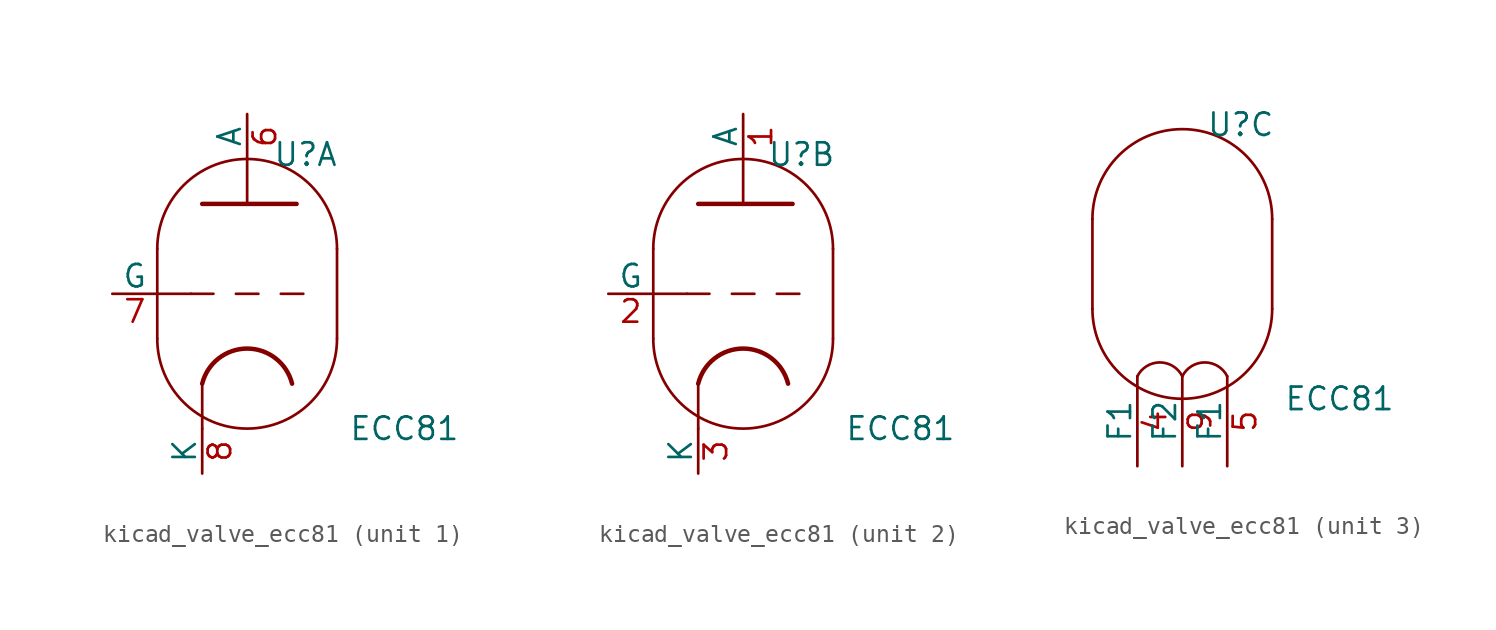
<source format=kicad_sym>
(kicad_symbol_lib
  (version 20220914)
  (generator kicad_symbol_editor)
  (symbol "kicad_valve_ecc81"
    (pin_names
      (offset 0))
    (property "Reference" "U"
      (at 3.302 7.874 0)
      (effects (font (size 1.27 1.27))))
    (property "Value" "ECC81"
      (at 8.89 -7.62 0)
      (effects (font (size 1.27 1.27))))
    (property "ki_locked" ""
      (at 0 0 0)
      (effects (font (size 1.27 1.27))))
    (symbol "kicad_valve_ecc81_0_1"
      (arc (start -5.08 -2.54) (mid 0 -7.5979) (end 5.08 -2.54) (stroke (width 0) (type default)) (fill (type none)))
      (polyline (pts (xy 5.08 2.54) (xy 5.08 -2.54)) (stroke (width 0) (type default)) (fill (type none)))
      (polyline (pts (xy -5.08 2.54) (xy -5.08 -2.54) (xy -5.08 -2.54)) (stroke (width 0) (type default)) (fill (type none)))
      (arc (start 5.08 2.54) (mid 0 7.5979) (end -5.08 2.54) (stroke (width 0) (type default)) (fill (type none))))
    (symbol "kicad_valve_ecc81_1_0"
      (polyline (pts (xy -2.54 -5.08) (xy -2.54 -7.62)) (stroke (width 0) (type default)) (fill (type none)))
      (polyline (pts (xy 0 5.08) (xy 0 7.62)) (stroke (width 0) (type default)) (fill (type none))))
    (symbol "kicad_valve_ecc81_1_1"
      (polyline (pts (xy -5.08 0) (xy -3.175 0)) (stroke (width 0) (type default)) (fill (type none)))
      (polyline (pts (xy -1.905 0) (xy -3.175 0)) (stroke (width 0.152) (type default)) (fill (type none)))
      (polyline (pts (xy -0.635 0) (xy 0.635 0)) (stroke (width 0.152) (type default)) (fill (type none)))
      (polyline (pts (xy 1.905 0) (xy 3.175 0)) (stroke (width 0.152) (type default)) (fill (type none)))
      (polyline (pts (xy -2.54 5.08) (xy 2.794 5.08) (xy 2.794 5.08)) (stroke (width 0.254) (type default)) (fill (type none)))
      (arc (start 2.54 -5.08) (mid 0 -3.0968) (end -2.54 -5.08) (stroke (width 0.254) (type default)) (fill (type none)))
      (pin output line (at 0 10.16 270) (length 2.54) (name "A" (effects (font (size 1.27 1.27)))) (number "6" (effects (font (size 1.27 1.27)))))
      (pin input line (at -7.62 0 0) (length 2.54) (name "G" (effects (font (size 1.27 1.27)))) (number "7" (effects (font (size 1.27 1.27)))))
      (pin bidirectional line (at -2.54 -10.16 90) (length 2.54) (name "K" (effects (font (size 1.27 1.27)))) (number "8" (effects (font (size 1.27 1.27))))))
    (symbol "kicad_valve_ecc81_2_0"
      (polyline (pts (xy -2.54 -5.08) (xy -2.54 -7.62)) (stroke (width 0) (type default)) (fill (type none)))
      (polyline (pts (xy 0 5.08) (xy 0 7.62)) (stroke (width 0) (type default)) (fill (type none))))
    (symbol "kicad_valve_ecc81_2_1"
      (polyline (pts (xy -5.08 0) (xy -3.175 0)) (stroke (width 0) (type default)) (fill (type none)))
      (polyline (pts (xy -1.905 0) (xy -3.175 0)) (stroke (width 0.152) (type default)) (fill (type none)))
      (polyline (pts (xy -0.635 0) (xy 0.635 0)) (stroke (width 0.152) (type default)) (fill (type none)))
      (polyline (pts (xy 1.905 0) (xy 3.175 0)) (stroke (width 0.152) (type default)) (fill (type none)))
      (polyline (pts (xy -2.54 5.08) (xy 2.794 5.08) (xy 2.794 5.08)) (stroke (width 0.254) (type default)) (fill (type none)))
      (arc (start 2.54 -5.08) (mid 0 -3.0968) (end -2.54 -5.08) (stroke (width 0.254) (type default)) (fill (type none)))
      (pin output line (at 0 10.16 270) (length 2.54) (name "A" (effects (font (size 1.27 1.27)))) (number "1" (effects (font (size 1.27 1.27)))))
      (pin input line (at -7.62 0 0) (length 2.54) (name "G" (effects (font (size 1.27 1.27)))) (number "2" (effects (font (size 1.27 1.27)))))
      (pin bidirectional line (at -2.54 -10.16 90) (length 2.54) (name "K" (effects (font (size 1.27 1.27)))) (number "3" (effects (font (size 1.27 1.27))))))
    (symbol "kicad_valve_ecc81_3_1"
      (arc (start 0 -6.35) (mid -1.27 -5.5651) (end -2.54 -6.35) (stroke (width 0) (type default)) (fill (type none)))
      (arc (start 2.54 -6.35) (mid 1.27 -5.5651) (end 0 -6.35) (stroke (width 0) (type default)) (fill (type none)))
      (pin power_in line (at -2.54 -11.43 90) (length 5.08) (name "F1" (effects (font (size 1.27 1.27)))) (number "4" (effects (font (size 1.27 1.27)))))
      (pin power_in line (at 2.54 -11.43 90) (length 5.08) (name "F1" (effects (font (size 1.27 1.27)))) (number "5" (effects (font (size 1.27 1.27)))))
      (pin power_in line (at 0 -11.43 90) (length 5.08) (name "F2" (effects (font (size 1.27 1.27)))) (number "9" (effects (font (size 1.27 1.27))))))))
</source>
